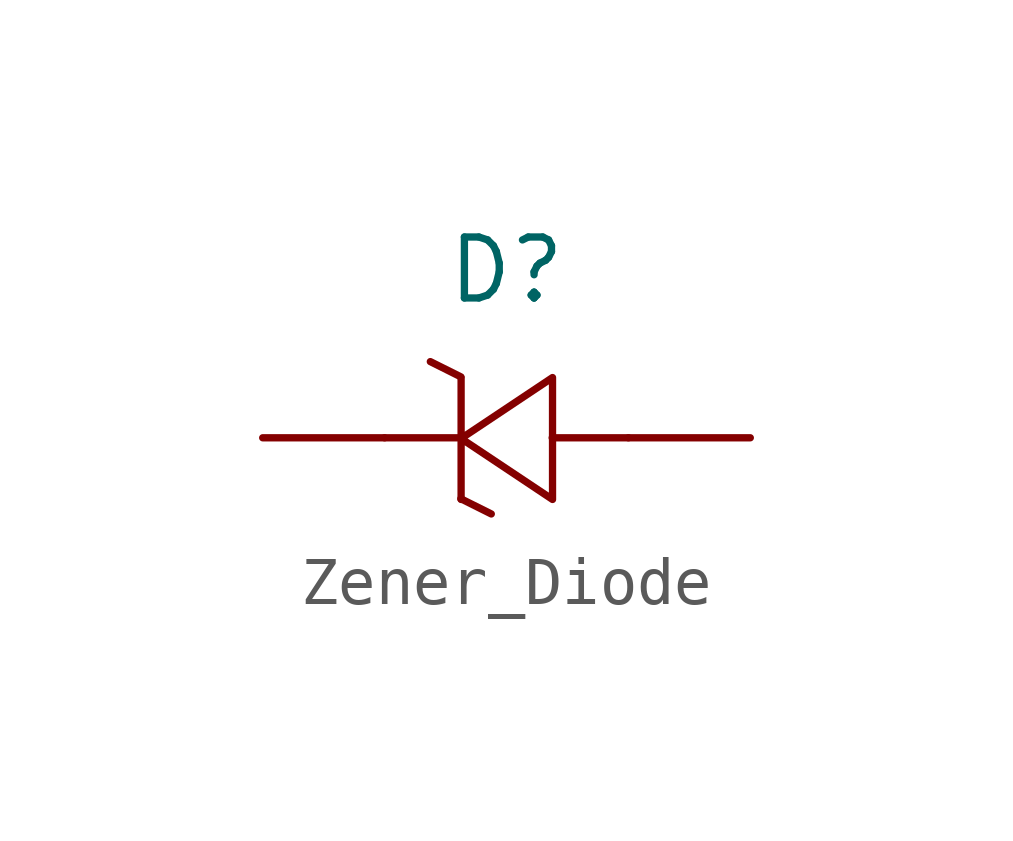
<source format=kicad_sym>
(kicad_symbol_lib
  (version 20220914)
  (generator kicad_symbol_editor)
  (symbol "Zener_Diode"
    (pin_numbers hide)
    (property "Reference" "D"
      (at 5.08 3.493 0)
      (effects (font (size 1.27 1.27))))
    (property "Value" ""
      (at 0 0 0)
      (effects (font (size 1.27 1.27))))
    (symbol "Zener_Diode_0_1"
      (polyline (pts (xy 2.54 0) (xy 4.128 0)) (stroke (width 0) (type default)) (fill (type none)))
      (polyline (pts (xy 4.128 -1.27) (xy 4.763 -1.587)) (stroke (width 0) (type default)) (fill (type none)))
      (polyline (pts (xy 4.128 1.27) (xy 3.493 1.587)) (stroke (width 0) (type default)) (fill (type none)))
      (polyline (pts (xy 6.032 0) (xy 7.62 0)) (stroke (width 0) (type default)) (fill (type none)))
      (polyline (pts (xy 6.039 -1.285) (xy 6.039 1.255) (xy 4.134 -0.015) (xy 6.039 -1.285) (xy 4.134 -0.015) (xy 4.134 -1.285) (xy 4.134 1.255) (xy 4.134 -0.015)) (stroke (width 0) (type default)) (fill (type none))))
    (symbol "Zener_Diode_1_1"
      (pin passive line (at 0 0 0) (length 2.54) (name "" (effects (font (size 1.27 1.27)))) (number "1" (effects (font (size 1.27 1.27)))))
      (pin passive line (at 10.16 0 180) (length 2.54) (name "" (effects (font (size 1.27 1.27)))) (number "2" (effects (font (size 1.27 1.27))))))))
</source>
